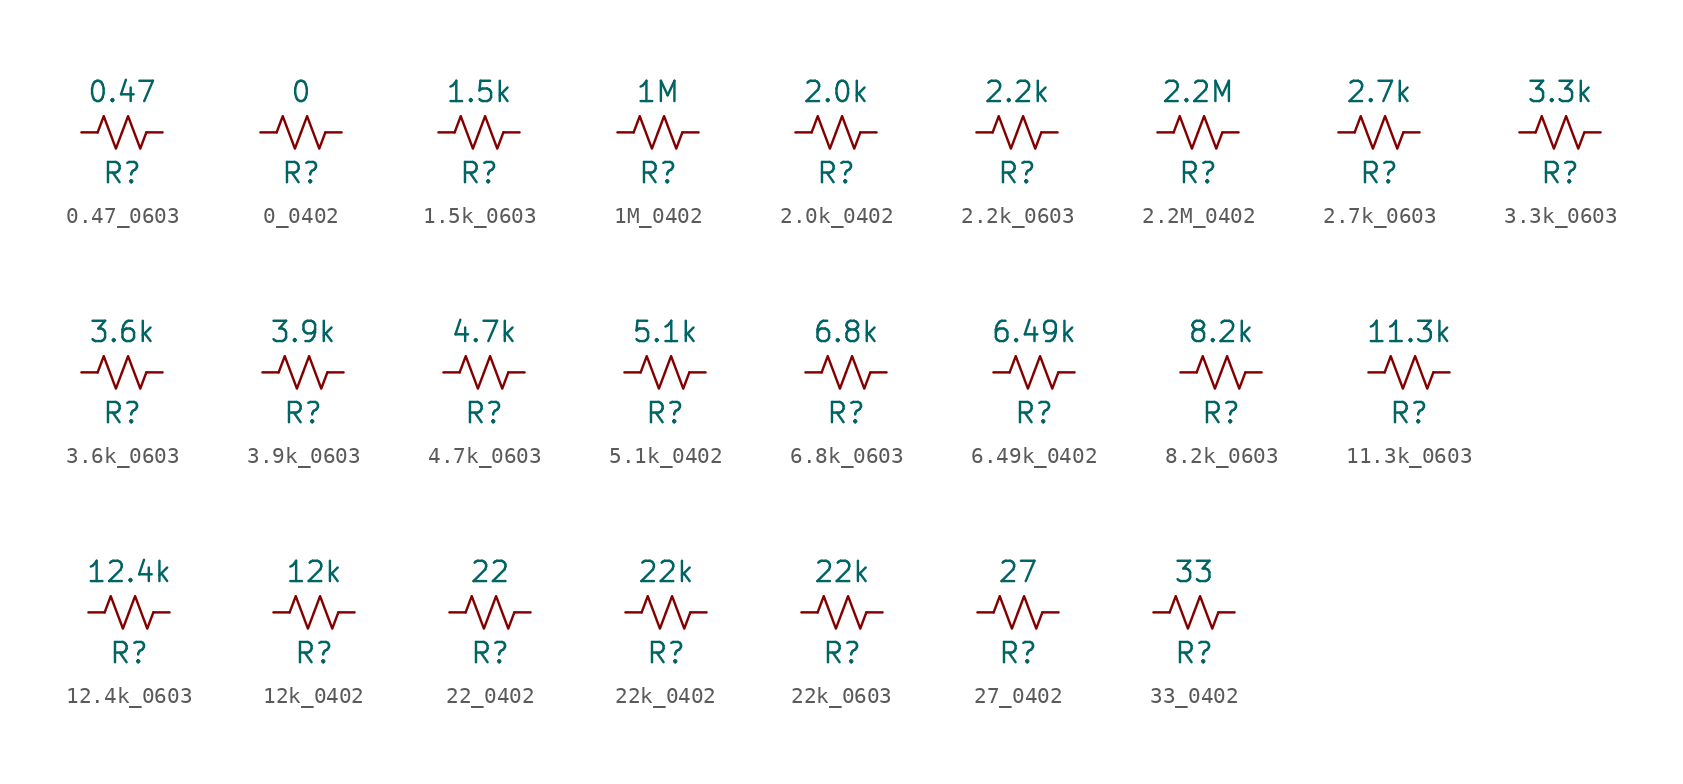
<source format=kicad_sym>
(kicad_symbol_lib
  (version 20231120)
  (generator "kicad_symbol_editor")
  (generator_version "8.0")
  (symbol "0.47_0603"
    (pin_numbers hide)
    (pin_names
      (offset 0))
    (property "Reference" "R"
      (at 0 -2.54 0)
      (effects (font (size 1.27 1.27))))
    (property "Value" "0.47"
      (at 0 2.54 0)
      (effects (font (size 1.27 1.27))))
    (symbol "0.47_0603_0_1"
      (polyline (pts (xy -1.524 0) (xy -1.143 1.016) (xy -0.762 0) (xy -0.381 -1.016) (xy 0 0)) (stroke (width 0) (type default)) (fill (type none)))
      (polyline (pts (xy 0 0) (xy 0.381 1.016) (xy 0.762 0) (xy 1.143 -1.016) (xy 1.524 0)) (stroke (width 0) (type default)) (fill (type none))))
    (symbol "0.47_0603_1_1"
      (pin passive line (at -2.54 0 0) (length 1.016) (name "~" (effects (font (size 1.27 1.27)))) (number "1" (effects (font (size 1.27 1.27)))))
      (pin passive line (at 2.54 0 180) (length 1.016) (name "~" (effects (font (size 1.27 1.27)))) (number "2" (effects (font (size 1.27 1.27)))))))
  (symbol "0_0402"
    (pin_numbers hide)
    (pin_names
      (offset 0))
    (property "Reference" "R"
      (at 0 -2.54 0)
      (effects (font (size 1.27 1.27))))
    (property "Value" "0"
      (at 0 2.54 0)
      (effects (font (size 1.27 1.27))))
    (symbol "0_0402_0_1"
      (polyline (pts (xy -1.524 0) (xy -1.143 1.016) (xy -0.762 0) (xy -0.381 -1.016) (xy 0 0)) (stroke (width 0) (type default)) (fill (type none)))
      (polyline (pts (xy 0 0) (xy 0.381 1.016) (xy 0.762 0) (xy 1.143 -1.016) (xy 1.524 0)) (stroke (width 0) (type default)) (fill (type none))))
    (symbol "0_0402_1_1"
      (pin passive line (at -2.54 0 0) (length 1.016) (name "~" (effects (font (size 1.27 1.27)))) (number "1" (effects (font (size 1.27 1.27)))))
      (pin passive line (at 2.54 0 180) (length 1.016) (name "~" (effects (font (size 1.27 1.27)))) (number "2" (effects (font (size 1.27 1.27)))))))
  (symbol "1.5k_0603"
    (pin_numbers hide)
    (pin_names
      (offset 0))
    (property "Reference" "R"
      (at 0 -2.54 0)
      (effects (font (size 1.27 1.27))))
    (property "Value" "1.5k"
      (at 0 2.54 0)
      (effects (font (size 1.27 1.27))))
    (symbol "1.5k_0603_0_1"
      (polyline (pts (xy -1.524 0) (xy -1.143 1.016) (xy -0.762 0) (xy -0.381 -1.016) (xy 0 0)) (stroke (width 0) (type default)) (fill (type none)))
      (polyline (pts (xy 0 0) (xy 0.381 1.016) (xy 0.762 0) (xy 1.143 -1.016) (xy 1.524 0)) (stroke (width 0) (type default)) (fill (type none))))
    (symbol "1.5k_0603_1_1"
      (pin passive line (at -2.54 0 0) (length 1.016) (name "~" (effects (font (size 1.27 1.27)))) (number "1" (effects (font (size 1.27 1.27)))))
      (pin passive line (at 2.54 0 180) (length 1.016) (name "~" (effects (font (size 1.27 1.27)))) (number "2" (effects (font (size 1.27 1.27)))))))
  (symbol "1M_0402"
    (pin_numbers hide)
    (pin_names
      (offset 0))
    (property "Reference" "R"
      (at 0 -2.54 0)
      (effects (font (size 1.27 1.27))))
    (property "Value" "1M"
      (at 0 2.54 0)
      (effects (font (size 1.27 1.27))))
    (symbol "1M_0402_0_1"
      (polyline (pts (xy -1.524 0) (xy -1.143 1.016) (xy -0.762 0) (xy -0.381 -1.016) (xy 0 0)) (stroke (width 0) (type default)) (fill (type none)))
      (polyline (pts (xy 0 0) (xy 0.381 1.016) (xy 0.762 0) (xy 1.143 -1.016) (xy 1.524 0)) (stroke (width 0) (type default)) (fill (type none))))
    (symbol "1M_0402_1_1"
      (pin passive line (at -2.54 0 0) (length 1.016) (name "~" (effects (font (size 1.27 1.27)))) (number "1" (effects (font (size 1.27 1.27)))))
      (pin passive line (at 2.54 0 180) (length 1.016) (name "~" (effects (font (size 1.27 1.27)))) (number "2" (effects (font (size 1.27 1.27)))))))
  (symbol "2.0k_0402"
    (pin_numbers hide)
    (pin_names
      (offset 0))
    (property "Reference" "R"
      (at 0 -2.54 0)
      (effects (font (size 1.27 1.27))))
    (property "Value" "2.0k"
      (at 0 2.54 0)
      (effects (font (size 1.27 1.27))))
    (symbol "2.0k_0402_0_1"
      (polyline (pts (xy -1.524 0) (xy -1.143 1.016) (xy -0.762 0) (xy -0.381 -1.016) (xy 0 0)) (stroke (width 0) (type default)) (fill (type none)))
      (polyline (pts (xy 0 0) (xy 0.381 1.016) (xy 0.762 0) (xy 1.143 -1.016) (xy 1.524 0)) (stroke (width 0) (type default)) (fill (type none))))
    (symbol "2.0k_0402_1_1"
      (pin passive line (at -2.54 0 0) (length 1.016) (name "~" (effects (font (size 1.27 1.27)))) (number "1" (effects (font (size 1.27 1.27)))))
      (pin passive line (at 2.54 0 180) (length 1.016) (name "~" (effects (font (size 1.27 1.27)))) (number "2" (effects (font (size 1.27 1.27)))))))
  (symbol "2.2k_0603"
    (pin_numbers hide)
    (pin_names
      (offset 0))
    (property "Reference" "R"
      (at 0 -2.54 0)
      (effects (font (size 1.27 1.27))))
    (property "Value" "2.2k"
      (at 0 2.54 0)
      (effects (font (size 1.27 1.27))))
    (symbol "2.2k_0603_0_1"
      (polyline (pts (xy -1.524 0) (xy -1.143 1.016) (xy -0.762 0) (xy -0.381 -1.016) (xy 0 0)) (stroke (width 0) (type default)) (fill (type none)))
      (polyline (pts (xy 0 0) (xy 0.381 1.016) (xy 0.762 0) (xy 1.143 -1.016) (xy 1.524 0)) (stroke (width 0) (type default)) (fill (type none))))
    (symbol "2.2k_0603_1_1"
      (pin passive line (at -2.54 0 0) (length 1.016) (name "~" (effects (font (size 1.27 1.27)))) (number "1" (effects (font (size 1.27 1.27)))))
      (pin passive line (at 2.54 0 180) (length 1.016) (name "~" (effects (font (size 1.27 1.27)))) (number "2" (effects (font (size 1.27 1.27)))))))
  (symbol "2.2M_0402"
    (pin_numbers hide)
    (pin_names
      (offset 0))
    (property "Reference" "R"
      (at 0 -2.54 0)
      (effects (font (size 1.27 1.27))))
    (property "Value" "2.2M"
      (at 0 2.54 0)
      (effects (font (size 1.27 1.27))))
    (symbol "2.2M_0402_0_1"
      (polyline (pts (xy -1.524 0) (xy -1.143 1.016) (xy -0.762 0) (xy -0.381 -1.016) (xy 0 0)) (stroke (width 0) (type default)) (fill (type none)))
      (polyline (pts (xy 0 0) (xy 0.381 1.016) (xy 0.762 0) (xy 1.143 -1.016) (xy 1.524 0)) (stroke (width 0) (type default)) (fill (type none))))
    (symbol "2.2M_0402_1_1"
      (pin passive line (at -2.54 0 0) (length 1.016) (name "~" (effects (font (size 1.27 1.27)))) (number "1" (effects (font (size 1.27 1.27)))))
      (pin passive line (at 2.54 0 180) (length 1.016) (name "~" (effects (font (size 1.27 1.27)))) (number "2" (effects (font (size 1.27 1.27)))))))
  (symbol "2.7k_0603"
    (pin_numbers hide)
    (pin_names
      (offset 0))
    (property "Reference" "R"
      (at 0 -2.54 0)
      (effects (font (size 1.27 1.27))))
    (property "Value" "2.7k"
      (at 0 2.54 0)
      (effects (font (size 1.27 1.27))))
    (symbol "2.7k_0603_0_1"
      (polyline (pts (xy -1.524 0) (xy -1.143 1.016) (xy -0.762 0) (xy -0.381 -1.016) (xy 0 0)) (stroke (width 0) (type default)) (fill (type none)))
      (polyline (pts (xy 0 0) (xy 0.381 1.016) (xy 0.762 0) (xy 1.143 -1.016) (xy 1.524 0)) (stroke (width 0) (type default)) (fill (type none))))
    (symbol "2.7k_0603_1_1"
      (pin passive line (at -2.54 0 0) (length 1.016) (name "~" (effects (font (size 1.27 1.27)))) (number "1" (effects (font (size 1.27 1.27)))))
      (pin passive line (at 2.54 0 180) (length 1.016) (name "~" (effects (font (size 1.27 1.27)))) (number "2" (effects (font (size 1.27 1.27)))))))
  (symbol "3.3k_0603"
    (pin_numbers hide)
    (pin_names
      (offset 0))
    (property "Reference" "R"
      (at 0 -2.54 0)
      (effects (font (size 1.27 1.27))))
    (property "Value" "3.3k"
      (at 0 2.54 0)
      (effects (font (size 1.27 1.27))))
    (symbol "3.3k_0603_0_1"
      (polyline (pts (xy -1.524 0) (xy -1.143 1.016) (xy -0.762 0) (xy -0.381 -1.016) (xy 0 0)) (stroke (width 0) (type default)) (fill (type none)))
      (polyline (pts (xy 0 0) (xy 0.381 1.016) (xy 0.762 0) (xy 1.143 -1.016) (xy 1.524 0)) (stroke (width 0) (type default)) (fill (type none))))
    (symbol "3.3k_0603_1_1"
      (pin passive line (at -2.54 0 0) (length 1.016) (name "~" (effects (font (size 1.27 1.27)))) (number "1" (effects (font (size 1.27 1.27)))))
      (pin passive line (at 2.54 0 180) (length 1.016) (name "~" (effects (font (size 1.27 1.27)))) (number "2" (effects (font (size 1.27 1.27)))))))
  (symbol "3.6k_0603"
    (pin_numbers hide)
    (pin_names
      (offset 0))
    (property "Reference" "R"
      (at 0 -2.54 0)
      (effects (font (size 1.27 1.27))))
    (property "Value" "3.6k"
      (at 0 2.54 0)
      (effects (font (size 1.27 1.27))))
    (symbol "3.6k_0603_0_1"
      (polyline (pts (xy -1.524 0) (xy -1.143 1.016) (xy -0.762 0) (xy -0.381 -1.016) (xy 0 0)) (stroke (width 0) (type default)) (fill (type none)))
      (polyline (pts (xy 0 0) (xy 0.381 1.016) (xy 0.762 0) (xy 1.143 -1.016) (xy 1.524 0)) (stroke (width 0) (type default)) (fill (type none))))
    (symbol "3.6k_0603_1_1"
      (pin passive line (at -2.54 0 0) (length 1.016) (name "~" (effects (font (size 1.27 1.27)))) (number "1" (effects (font (size 1.27 1.27)))))
      (pin passive line (at 2.54 0 180) (length 1.016) (name "~" (effects (font (size 1.27 1.27)))) (number "2" (effects (font (size 1.27 1.27)))))))
  (symbol "3.9k_0603"
    (pin_numbers hide)
    (pin_names
      (offset 0))
    (property "Reference" "R"
      (at 0 -2.54 0)
      (effects (font (size 1.27 1.27))))
    (property "Value" "3.9k"
      (at 0 2.54 0)
      (effects (font (size 1.27 1.27))))
    (symbol "3.9k_0603_0_1"
      (polyline (pts (xy -1.524 0) (xy -1.143 1.016) (xy -0.762 0) (xy -0.381 -1.016) (xy 0 0)) (stroke (width 0) (type default)) (fill (type none)))
      (polyline (pts (xy 0 0) (xy 0.381 1.016) (xy 0.762 0) (xy 1.143 -1.016) (xy 1.524 0)) (stroke (width 0) (type default)) (fill (type none))))
    (symbol "3.9k_0603_1_1"
      (pin passive line (at -2.54 0 0) (length 1.016) (name "~" (effects (font (size 1.27 1.27)))) (number "1" (effects (font (size 1.27 1.27)))))
      (pin passive line (at 2.54 0 180) (length 1.016) (name "~" (effects (font (size 1.27 1.27)))) (number "2" (effects (font (size 1.27 1.27)))))))
  (symbol "4.7k_0603"
    (pin_numbers hide)
    (pin_names
      (offset 0))
    (property "Reference" "R"
      (at 0 -2.54 0)
      (effects (font (size 1.27 1.27))))
    (property "Value" "4.7k"
      (at 0 2.54 0)
      (effects (font (size 1.27 1.27))))
    (symbol "4.7k_0603_0_1"
      (polyline (pts (xy -1.524 0) (xy -1.143 1.016) (xy -0.762 0) (xy -0.381 -1.016) (xy 0 0)) (stroke (width 0) (type default)) (fill (type none)))
      (polyline (pts (xy 0 0) (xy 0.381 1.016) (xy 0.762 0) (xy 1.143 -1.016) (xy 1.524 0)) (stroke (width 0) (type default)) (fill (type none))))
    (symbol "4.7k_0603_1_1"
      (pin passive line (at -2.54 0 0) (length 1.016) (name "~" (effects (font (size 1.27 1.27)))) (number "1" (effects (font (size 1.27 1.27)))))
      (pin passive line (at 2.54 0 180) (length 1.016) (name "~" (effects (font (size 1.27 1.27)))) (number "2" (effects (font (size 1.27 1.27)))))))
  (symbol "5.1k_0402"
    (pin_numbers hide)
    (pin_names
      (offset 0))
    (property "Reference" "R"
      (at 0 -2.54 0)
      (effects (font (size 1.27 1.27))))
    (property "Value" "5.1k"
      (at 0 2.54 0)
      (effects (font (size 1.27 1.27))))
    (symbol "5.1k_0402_0_1"
      (polyline (pts (xy -1.524 0) (xy -1.143 1.016) (xy -0.762 0) (xy -0.381 -1.016) (xy 0 0)) (stroke (width 0) (type default)) (fill (type none)))
      (polyline (pts (xy 0 0) (xy 0.381 1.016) (xy 0.762 0) (xy 1.143 -1.016) (xy 1.524 0)) (stroke (width 0) (type default)) (fill (type none))))
    (symbol "5.1k_0402_1_1"
      (pin passive line (at -2.54 0 0) (length 1.016) (name "~" (effects (font (size 1.27 1.27)))) (number "1" (effects (font (size 1.27 1.27)))))
      (pin passive line (at 2.54 0 180) (length 1.016) (name "~" (effects (font (size 1.27 1.27)))) (number "2" (effects (font (size 1.27 1.27)))))))
  (symbol "6.8k_0603"
    (pin_numbers hide)
    (pin_names
      (offset 0))
    (property "Reference" "R"
      (at 0 -2.54 0)
      (effects (font (size 1.27 1.27))))
    (property "Value" "6.8k"
      (at 0 2.54 0)
      (effects (font (size 1.27 1.27))))
    (symbol "6.8k_0603_0_1"
      (polyline (pts (xy -1.524 0) (xy -1.143 1.016) (xy -0.762 0) (xy -0.381 -1.016) (xy 0 0)) (stroke (width 0) (type default)) (fill (type none)))
      (polyline (pts (xy 0 0) (xy 0.381 1.016) (xy 0.762 0) (xy 1.143 -1.016) (xy 1.524 0)) (stroke (width 0) (type default)) (fill (type none))))
    (symbol "6.8k_0603_1_1"
      (pin passive line (at -2.54 0 0) (length 1.016) (name "~" (effects (font (size 1.27 1.27)))) (number "1" (effects (font (size 1.27 1.27)))))
      (pin passive line (at 2.54 0 180) (length 1.016) (name "~" (effects (font (size 1.27 1.27)))) (number "2" (effects (font (size 1.27 1.27)))))))
  (symbol "6.49k_0402"
    (pin_numbers hide)
    (pin_names
      (offset 0))
    (property "Reference" "R"
      (at 0 -2.54 0)
      (effects (font (size 1.27 1.27))))
    (property "Value" "6.49k"
      (at 0 2.54 0)
      (effects (font (size 1.27 1.27))))
    (symbol "6.49k_0402_0_1"
      (polyline (pts (xy -1.524 0) (xy -1.143 1.016) (xy -0.762 0) (xy -0.381 -1.016) (xy 0 0)) (stroke (width 0) (type default)) (fill (type none)))
      (polyline (pts (xy 0 0) (xy 0.381 1.016) (xy 0.762 0) (xy 1.143 -1.016) (xy 1.524 0)) (stroke (width 0) (type default)) (fill (type none))))
    (symbol "6.49k_0402_1_1"
      (pin passive line (at -2.54 0 0) (length 1.016) (name "~" (effects (font (size 1.27 1.27)))) (number "1" (effects (font (size 1.27 1.27)))))
      (pin passive line (at 2.54 0 180) (length 1.016) (name "~" (effects (font (size 1.27 1.27)))) (number "2" (effects (font (size 1.27 1.27)))))))
  (symbol "8.2k_0603"
    (pin_numbers hide)
    (pin_names
      (offset 0))
    (property "Reference" "R"
      (at 0 -2.54 0)
      (effects (font (size 1.27 1.27))))
    (property "Value" "8.2k"
      (at 0 2.54 0)
      (effects (font (size 1.27 1.27))))
    (symbol "8.2k_0603_0_1"
      (polyline (pts (xy -1.524 0) (xy -1.143 1.016) (xy -0.762 0) (xy -0.381 -1.016) (xy 0 0)) (stroke (width 0) (type default)) (fill (type none)))
      (polyline (pts (xy 0 0) (xy 0.381 1.016) (xy 0.762 0) (xy 1.143 -1.016) (xy 1.524 0)) (stroke (width 0) (type default)) (fill (type none))))
    (symbol "8.2k_0603_1_1"
      (pin passive line (at -2.54 0 0) (length 1.016) (name "~" (effects (font (size 1.27 1.27)))) (number "1" (effects (font (size 1.27 1.27)))))
      (pin passive line (at 2.54 0 180) (length 1.016) (name "~" (effects (font (size 1.27 1.27)))) (number "2" (effects (font (size 1.27 1.27)))))))
  (symbol "11.3k_0603"
    (pin_numbers hide)
    (pin_names
      (offset 0))
    (property "Reference" "R"
      (at 0 -2.54 0)
      (effects (font (size 1.27 1.27))))
    (property "Value" "11.3k"
      (at 0 2.54 0)
      (effects (font (size 1.27 1.27))))
    (symbol "11.3k_0603_0_1"
      (polyline (pts (xy -1.524 0) (xy -1.143 1.016) (xy -0.762 0) (xy -0.381 -1.016) (xy 0 0)) (stroke (width 0) (type default)) (fill (type none)))
      (polyline (pts (xy 0 0) (xy 0.381 1.016) (xy 0.762 0) (xy 1.143 -1.016) (xy 1.524 0)) (stroke (width 0) (type default)) (fill (type none))))
    (symbol "11.3k_0603_1_1"
      (pin passive line (at -2.54 0 0) (length 1.016) (name "~" (effects (font (size 1.27 1.27)))) (number "1" (effects (font (size 1.27 1.27)))))
      (pin passive line (at 2.54 0 180) (length 1.016) (name "~" (effects (font (size 1.27 1.27)))) (number "2" (effects (font (size 1.27 1.27)))))))
  (symbol "12.4k_0603"
    (pin_numbers hide)
    (pin_names
      (offset 0))
    (property "Reference" "R"
      (at 0 -2.54 0)
      (effects (font (size 1.27 1.27))))
    (property "Value" "12.4k"
      (at 0 2.54 0)
      (effects (font (size 1.27 1.27))))
    (symbol "12.4k_0603_0_1"
      (polyline (pts (xy -1.524 0) (xy -1.143 1.016) (xy -0.762 0) (xy -0.381 -1.016) (xy 0 0)) (stroke (width 0) (type default)) (fill (type none)))
      (polyline (pts (xy 0 0) (xy 0.381 1.016) (xy 0.762 0) (xy 1.143 -1.016) (xy 1.524 0)) (stroke (width 0) (type default)) (fill (type none))))
    (symbol "12.4k_0603_1_1"
      (pin passive line (at -2.54 0 0) (length 1.016) (name "~" (effects (font (size 1.27 1.27)))) (number "1" (effects (font (size 1.27 1.27)))))
      (pin passive line (at 2.54 0 180) (length 1.016) (name "~" (effects (font (size 1.27 1.27)))) (number "2" (effects (font (size 1.27 1.27)))))))
  (symbol "12k_0402"
    (pin_numbers hide)
    (pin_names
      (offset 0))
    (property "Reference" "R"
      (at 0 -2.54 0)
      (effects (font (size 1.27 1.27))))
    (property "Value" "12k"
      (at 0 2.54 0)
      (effects (font (size 1.27 1.27))))
    (symbol "12k_0402_0_1"
      (polyline (pts (xy -1.524 0) (xy -1.143 1.016) (xy -0.762 0) (xy -0.381 -1.016) (xy 0 0)) (stroke (width 0) (type default)) (fill (type none)))
      (polyline (pts (xy 0 0) (xy 0.381 1.016) (xy 0.762 0) (xy 1.143 -1.016) (xy 1.524 0)) (stroke (width 0) (type default)) (fill (type none))))
    (symbol "12k_0402_1_1"
      (pin passive line (at -2.54 0 0) (length 1.016) (name "~" (effects (font (size 1.27 1.27)))) (number "1" (effects (font (size 1.27 1.27)))))
      (pin passive line (at 2.54 0 180) (length 1.016) (name "~" (effects (font (size 1.27 1.27)))) (number "2" (effects (font (size 1.27 1.27)))))))
  (symbol "22_0402"
    (pin_numbers hide)
    (pin_names
      (offset 0))
    (property "Reference" "R"
      (at 0 -2.54 0)
      (effects (font (size 1.27 1.27))))
    (property "Value" "22"
      (at 0 2.54 0)
      (effects (font (size 1.27 1.27))))
    (symbol "22_0402_0_1"
      (polyline (pts (xy -1.524 0) (xy -1.143 1.016) (xy -0.762 0) (xy -0.381 -1.016) (xy 0 0)) (stroke (width 0) (type default)) (fill (type none)))
      (polyline (pts (xy 0 0) (xy 0.381 1.016) (xy 0.762 0) (xy 1.143 -1.016) (xy 1.524 0)) (stroke (width 0) (type default)) (fill (type none))))
    (symbol "22_0402_1_1"
      (pin passive line (at -2.54 0 0) (length 1.016) (name "~" (effects (font (size 1.27 1.27)))) (number "1" (effects (font (size 1.27 1.27)))))
      (pin passive line (at 2.54 0 180) (length 1.016) (name "~" (effects (font (size 1.27 1.27)))) (number "2" (effects (font (size 1.27 1.27)))))))
  (symbol "22k_0402"
    (pin_numbers hide)
    (pin_names
      (offset 0))
    (property "Reference" "R"
      (at 0 -2.54 0)
      (effects (font (size 1.27 1.27))))
    (property "Value" "22k"
      (at 0 2.54 0)
      (effects (font (size 1.27 1.27))))
    (symbol "22k_0402_0_1"
      (polyline (pts (xy -1.524 0) (xy -1.143 1.016) (xy -0.762 0) (xy -0.381 -1.016) (xy 0 0)) (stroke (width 0) (type default)) (fill (type none)))
      (polyline (pts (xy 0 0) (xy 0.381 1.016) (xy 0.762 0) (xy 1.143 -1.016) (xy 1.524 0)) (stroke (width 0) (type default)) (fill (type none))))
    (symbol "22k_0402_1_1"
      (pin passive line (at -2.54 0 0) (length 1.016) (name "~" (effects (font (size 1.27 1.27)))) (number "1" (effects (font (size 1.27 1.27)))))
      (pin passive line (at 2.54 0 180) (length 1.016) (name "~" (effects (font (size 1.27 1.27)))) (number "2" (effects (font (size 1.27 1.27)))))))
  (symbol "22k_0603"
    (pin_numbers hide)
    (pin_names
      (offset 0))
    (property "Reference" "R"
      (at 0 -2.54 0)
      (effects (font (size 1.27 1.27))))
    (property "Value" "22k"
      (at 0 2.54 0)
      (effects (font (size 1.27 1.27))))
    (symbol "22k_0603_0_1"
      (polyline (pts (xy -1.524 0) (xy -1.143 1.016) (xy -0.762 0) (xy -0.381 -1.016) (xy 0 0)) (stroke (width 0) (type default)) (fill (type none)))
      (polyline (pts (xy 0 0) (xy 0.381 1.016) (xy 0.762 0) (xy 1.143 -1.016) (xy 1.524 0)) (stroke (width 0) (type default)) (fill (type none))))
    (symbol "22k_0603_1_1"
      (pin passive line (at -2.54 0 0) (length 1.016) (name "~" (effects (font (size 1.27 1.27)))) (number "1" (effects (font (size 1.27 1.27)))))
      (pin passive line (at 2.54 0 180) (length 1.016) (name "~" (effects (font (size 1.27 1.27)))) (number "2" (effects (font (size 1.27 1.27)))))))
  (symbol "27_0402"
    (pin_numbers hide)
    (pin_names
      (offset 0))
    (property "Reference" "R"
      (at 0 -2.54 0)
      (effects (font (size 1.27 1.27))))
    (property "Value" "27"
      (at 0 2.54 0)
      (effects (font (size 1.27 1.27))))
    (symbol "27_0402_0_1"
      (polyline (pts (xy -1.524 0) (xy -1.143 1.016) (xy -0.762 0) (xy -0.381 -1.016) (xy 0 0)) (stroke (width 0) (type default)) (fill (type none)))
      (polyline (pts (xy 0 0) (xy 0.381 1.016) (xy 0.762 0) (xy 1.143 -1.016) (xy 1.524 0)) (stroke (width 0) (type default)) (fill (type none))))
    (symbol "27_0402_1_1"
      (pin passive line (at -2.54 0 0) (length 1.016) (name "~" (effects (font (size 1.27 1.27)))) (number "1" (effects (font (size 1.27 1.27)))))
      (pin passive line (at 2.54 0 180) (length 1.016) (name "~" (effects (font (size 1.27 1.27)))) (number "2" (effects (font (size 1.27 1.27)))))))
  (symbol "33_0402"
    (pin_numbers hide)
    (pin_names
      (offset 0))
    (property "Reference" "R"
      (at 0 -2.54 0)
      (effects (font (size 1.27 1.27))))
    (property "Value" "33"
      (at 0 2.54 0)
      (effects (font (size 1.27 1.27))))
    (symbol "33_0402_0_1"
      (polyline (pts (xy -1.524 0) (xy -1.143 1.016) (xy -0.762 0) (xy -0.381 -1.016) (xy 0 0)) (stroke (width 0) (type default)) (fill (type none)))
      (polyline (pts (xy 0 0) (xy 0.381 1.016) (xy 0.762 0) (xy 1.143 -1.016) (xy 1.524 0)) (stroke (width 0) (type default)) (fill (type none))))
    (symbol "33_0402_1_1"
      (pin passive line (at -2.54 0 0) (length 1.016) (name "~" (effects (font (size 1.27 1.27)))) (number "1" (effects (font (size 1.27 1.27)))))
      (pin passive line (at 2.54 0 180) (length 1.016) (name "~" (effects (font (size 1.27 1.27)))) (number "2" (effects (font (size 1.27 1.27))))))))
</source>
